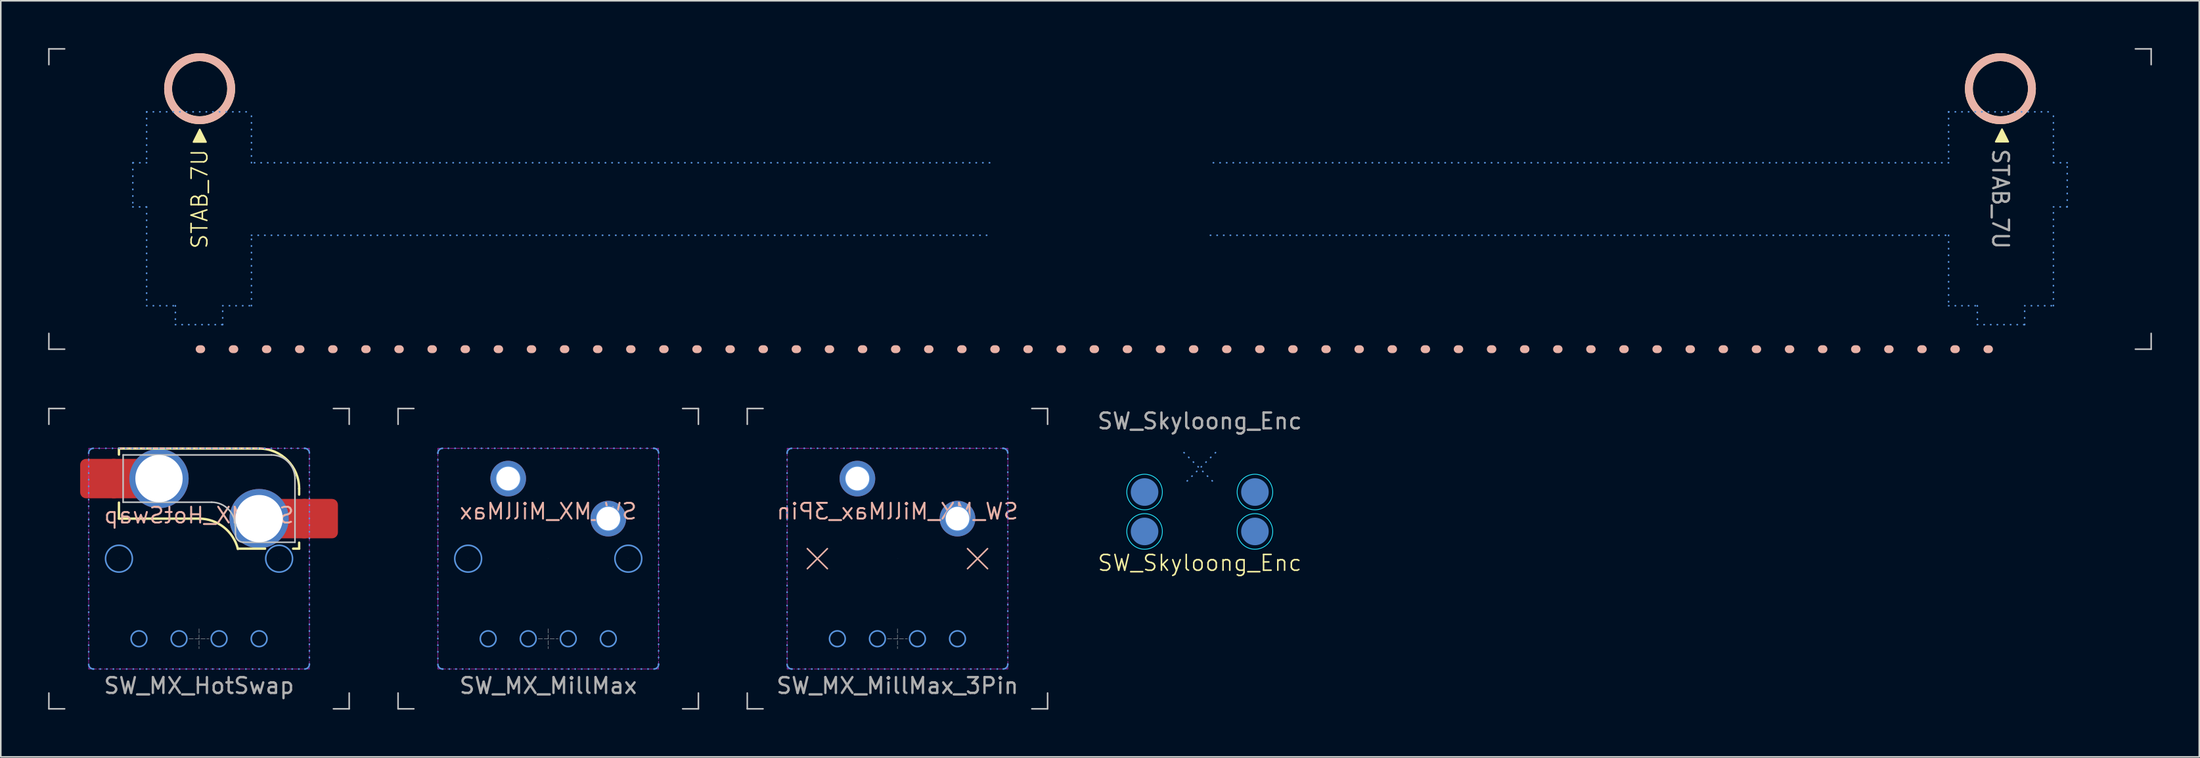
<source format=kicad_pcb>
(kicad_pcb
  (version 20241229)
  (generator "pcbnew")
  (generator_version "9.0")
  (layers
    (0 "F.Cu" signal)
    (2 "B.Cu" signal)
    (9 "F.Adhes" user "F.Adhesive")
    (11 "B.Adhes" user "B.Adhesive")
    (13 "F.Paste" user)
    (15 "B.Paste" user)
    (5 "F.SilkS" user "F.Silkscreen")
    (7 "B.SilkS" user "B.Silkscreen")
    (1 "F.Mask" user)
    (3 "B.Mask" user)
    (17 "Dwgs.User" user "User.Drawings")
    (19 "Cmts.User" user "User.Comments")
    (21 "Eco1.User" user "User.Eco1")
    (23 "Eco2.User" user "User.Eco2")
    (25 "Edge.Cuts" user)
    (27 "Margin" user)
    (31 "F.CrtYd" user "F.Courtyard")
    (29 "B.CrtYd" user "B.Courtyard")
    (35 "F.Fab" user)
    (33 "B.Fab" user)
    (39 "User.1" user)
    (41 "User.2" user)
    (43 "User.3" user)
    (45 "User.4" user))
  (footprint "SW_MX_MillMax"
    (layer "F.Cu")
    (at 31.725 32.39)
    (property "Reference" "SW_MX_MillMax" (at 0 -3 0) (unlocked yes) (layer "B.SilkS") (effects (font (size 1 1) (thickness 0.125)) (justify mirror)))
    (attr through_hole)
    (fp_line (start -9.525 -9.525) (end -9.525 -8.525) (stroke (width 0.1) (type solid)) (layer "Dwgs.User"))
    (fp_line (start -9.525 8.525) (end -9.525 9.525) (stroke (width 0.1) (type solid)) (layer "Dwgs.User"))
    (fp_line (start -9.525 9.525) (end -8.525 9.525) (stroke (width 0.1) (type solid)) (layer "Dwgs.User"))
    (fp_line (start -8.525 -9.525) (end -9.525 -9.525) (stroke (width 0.1) (type solid)) (layer "Dwgs.User"))
    (fp_line (start -0.635 5.08) (end 0.635 5.08) (stroke (width 0.025) (type dash)) (layer "Dwgs.User"))
    (fp_line (start 0 4.445) (end 0 5.715) (stroke (width 0.025) (type dash)) (layer "Dwgs.User"))
    (fp_line (start 8.525 -9.525) (end 9.525 -9.525) (stroke (width 0.1) (type solid)) (layer "Dwgs.User"))
    (fp_line (start 9.525 -9.525) (end 9.525 -8.525) (stroke (width 0.1) (type solid)) (layer "Dwgs.User"))
    (fp_line (start 9.525 8.525) (end 9.525 9.525) (stroke (width 0.1) (type solid)) (layer "Dwgs.User"))
    (fp_line (start 9.525 9.525) (end 8.525 9.525) (stroke (width 0.1) (type solid)) (layer "Dwgs.User"))
    (fp_line (start -7 -6.7) (end -7 6.7) (stroke (width 0.1) (type dot)) (layer "Cmts.User"))
    (fp_line (start -6.7 7) (end 6.7 7) (stroke (width 0.1) (type dot)) (layer "Cmts.User"))
    (fp_line (start 6.7 -7) (end -6.7 -7) (stroke (width 0.1) (type dot)) (layer "Cmts.User"))
    (fp_line (start 7 6.7) (end 7 -6.7) (stroke (width 0.1) (type dot)) (layer "Cmts.User"))
    (fp_arc (start -7 -6.7) (mid -6.912132 -6.912132) (end -6.7 -7) (stroke (width 0.1) (type default)) (layer "Cmts.User"))
    (fp_arc (start -6.7 7) (mid -6.912132 6.912132) (end -7 6.7) (stroke (width 0.1) (type default)) (layer "Cmts.User"))
    (fp_arc (start 6.7 -7) (mid 6.912132 -6.912132) (end 7 -6.7) (stroke (width 0.1) (type default)) (layer "Cmts.User"))
    (fp_arc (start 7 6.7) (mid 6.912132 6.912132) (end 6.7 7) (stroke (width 0.1) (type default)) (layer "Cmts.User"))
    (fp_circle (center -5.08 0) (end -4.23 0) (stroke (width 0.1) (type solid)) (fill no) (layer "Cmts.User"))
    (fp_circle (center -3.81 5.08) (end -3.31 5.08) (stroke (width 0.1) (type solid)) (fill no) (layer "Cmts.User"))
    (fp_circle (center -2.54 -5.08) (end -1.803 -5.08) (stroke (width 0.1) (type dot)) (fill no) (layer "Cmts.User"))
    (fp_circle (center -2.54 -5.08) (end -1.79 -5.08) (stroke (width 0.1) (type solid)) (fill no) (layer "Cmts.User"))
    (fp_circle (center -1.27 5.08) (end -0.77 5.08) (stroke (width 0.1) (type solid)) (fill no) (layer "Cmts.User"))
    (fp_circle (center 1.27 5.08) (end 1.77 5.08) (stroke (width 0.1) (type solid)) (fill no) (layer "Cmts.User"))
    (fp_circle (center 3.81 -2.54) (end 4.547 -2.54) (stroke (width 0.1) (type dot)) (fill no) (layer "Cmts.User"))
    (fp_circle (center 3.81 -2.54) (end 4.56 -2.54) (stroke (width 0.1) (type solid)) (fill no) (layer "Cmts.User"))
    (fp_circle (center 3.81 5.08) (end 4.31 5.08) (stroke (width 0.1) (type solid)) (fill no) (layer "Cmts.User"))
    (fp_circle (center 5.08 0) (end 5.93 0) (stroke (width 0.1) (type solid)) (fill no) (layer "Cmts.User"))
    (fp_rect (start -7 -7) (end 7 7) (stroke (width 0.025) (type dash)) (fill no) (layer "F.CrtYd"))
    (fp_text user "${REFERENCE}" (at 0 8.06 0) (unlocked yes) (layer "F.Fab") (effects (font (size 1 1) (thickness 0.15))))
    (pad "" np_thru_hole circle (at -5.08 0) (size 0.01 0.01) (drill 1.7) (layers "*.Cu" "*.Mask"))
    (pad "" np_thru_hole circle (at 0 0) (size 0.01 0.01) (drill 4) (layers "*.Cu" "*.Mask"))
    (pad "" np_thru_hole circle (at 5.08 0) (size 0.01 0.01) (drill 1.7) (layers "*.Cu" "*.Mask"))
    (pad "1" thru_hole circle (at -2.54 -5.08) (size 2.262 2.262) (drill 1.5) (layers "*.Cu" "*.Mask"))
    (pad "2" thru_hole circle (at 3.81 -2.54) (size 2.262 2.262) (drill 1.5) (layers "*.Cu" "*.Mask")))
  (footprint "SW_MX_MillMax_3Pin"
    (layer "F.Cu")
    (at 53.875 32.39)
    (property "Reference" "SW_MX_MillMax_3Pin" (at 0 -3 0) (unlocked yes) (layer "B.SilkS") (effects (font (size 1 1) (thickness 0.125)) (justify mirror)))
    (attr through_hole)
    (fp_line (start -5.715 -0.635) (end -4.445 0.635) (stroke (width 0.1) (type default)) (layer "B.SilkS"))
    (fp_line (start -4.445 -0.635) (end -5.715 0.635) (stroke (width 0.1) (type default)) (layer "B.SilkS"))
    (fp_line (start 4.445 -0.635) (end 5.715 0.635) (stroke (width 0.1) (type default)) (layer "B.SilkS"))
    (fp_line (start 5.715 -0.635) (end 4.445 0.635) (stroke (width 0.1) (type default)) (layer "B.SilkS"))
    (fp_line (start -9.525 -9.525) (end -9.525 -8.525) (stroke (width 0.1) (type solid)) (layer "Dwgs.User"))
    (fp_line (start -9.525 8.525) (end -9.525 9.525) (stroke (width 0.1) (type solid)) (layer "Dwgs.User"))
    (fp_line (start -9.525 9.525) (end -8.525 9.525) (stroke (width 0.1) (type solid)) (layer "Dwgs.User"))
    (fp_line (start -8.525 -9.525) (end -9.525 -9.525) (stroke (width 0.1) (type solid)) (layer "Dwgs.User"))
    (fp_line (start -0.635 5.08) (end 0.635 5.08) (stroke (width 0.025) (type dash)) (layer "Dwgs.User"))
    (fp_line (start 0 4.445) (end 0 5.715) (stroke (width 0.025) (type dash)) (layer "Dwgs.User"))
    (fp_line (start 8.525 -9.525) (end 9.525 -9.525) (stroke (width 0.1) (type solid)) (layer "Dwgs.User"))
    (fp_line (start 9.525 -9.525) (end 9.525 -8.525) (stroke (width 0.1) (type solid)) (layer "Dwgs.User"))
    (fp_line (start 9.525 8.525) (end 9.525 9.525) (stroke (width 0.1) (type solid)) (layer "Dwgs.User"))
    (fp_line (start 9.525 9.525) (end 8.525 9.525) (stroke (width 0.1) (type solid)) (layer "Dwgs.User"))
    (fp_line (start -7 -6.7) (end -7 6.7) (stroke (width 0.1) (type dot)) (layer "Cmts.User"))
    (fp_line (start -6.7 7) (end 6.7 7) (stroke (width 0.1) (type dot)) (layer "Cmts.User"))
    (fp_line (start 6.7 -7) (end -6.7 -7) (stroke (width 0.1) (type dot)) (layer "Cmts.User"))
    (fp_line (start 7 6.7) (end 7 -6.7) (stroke (width 0.1) (type dot)) (layer "Cmts.User"))
    (fp_arc (start -7 -6.7) (mid -6.912132 -6.912132) (end -6.7 -7) (stroke (width 0.1) (type default)) (layer "Cmts.User"))
    (fp_arc (start -6.7 7) (mid -6.912132 6.912132) (end -7 6.7) (stroke (width 0.1) (type default)) (layer "Cmts.User"))
    (fp_arc (start 6.7 -7) (mid 6.912132 -6.912132) (end 7 -6.7) (stroke (width 0.1) (type default)) (layer "Cmts.User"))
    (fp_arc (start 7 6.7) (mid 6.912132 6.912132) (end 6.7 7) (stroke (width 0.1) (type default)) (layer "Cmts.User"))
    (fp_circle (center -3.81 5.08) (end -3.31 5.08) (stroke (width 0.1) (type solid)) (fill no) (layer "Cmts.User"))
    (fp_circle (center -2.54 -5.08) (end -1.803 -5.08) (stroke (width 0.1) (type dot)) (fill no) (layer "Cmts.User"))
    (fp_circle (center -2.54 -5.08) (end -1.79 -5.08) (stroke (width 0.1) (type solid)) (fill no) (layer "Cmts.User"))
    (fp_circle (center -1.27 5.08) (end -0.77 5.08) (stroke (width 0.1) (type solid)) (fill no) (layer "Cmts.User"))
    (fp_circle (center 1.27 5.08) (end 1.77 5.08) (stroke (width 0.1) (type solid)) (fill no) (layer "Cmts.User"))
    (fp_circle (center 3.81 -2.54) (end 4.547 -2.54) (stroke (width 0.1) (type dot)) (fill no) (layer "Cmts.User"))
    (fp_circle (center 3.81 -2.54) (end 4.56 -2.54) (stroke (width 0.1) (type solid)) (fill no) (layer "Cmts.User"))
    (fp_circle (center 3.81 5.08) (end 4.31 5.08) (stroke (width 0.1) (type solid)) (fill no) (layer "Cmts.User"))
    (fp_rect (start -7 -7) (end 7 7) (stroke (width 0.025) (type dash)) (fill no) (layer "F.CrtYd"))
    (fp_text user "${REFERENCE}" (at 0 8.06 0) (unlocked yes) (layer "F.Fab") (effects (font (size 1 1) (thickness 0.15))))
    (pad "" np_thru_hole circle (at 0 0) (size 0.01 0.01) (drill 4) (layers "*.Cu" "*.Mask"))
    (pad "1" thru_hole circle (at -2.54 -5.08) (size 2.262 2.262) (drill 1.5) (layers "*.Cu" "*.Mask"))
    (pad "2" thru_hole circle (at 3.81 -2.54) (size 2.262 2.262) (drill 1.5) (layers "*.Cu" "*.Mask")))
  (footprint "SW_MX_HotSwap"
    (layer "F.Cu")
    (at 9.575 32.39)
    (property "Reference" "SW_MX_HotSwap" (at 0 -2.75 0) (unlocked yes) (layer "B.SilkS") (effects (font (size 1 1) (thickness 0.125)) (justify mirror)))
    (attr through_hole)
    (fp_rect (start -5.515 -6.33) (end -3.81 -3.83) (stroke (width 0) (type solid)) (fill yes) (layer "F.Cu"))
    (fp_rect (start 5.08 -3.79) (end 6.785 -1.29) (stroke (width 0) (type solid)) (fill yes) (layer "F.Cu"))
    (fp_line (start -5.08 -6.985) (end -5.08 -6.604) (stroke (width 0.15) (type solid)) (layer "F.SilkS"))
    (fp_line (start -5.08 -3.556) (end -5.08 -2.54) (stroke (width 0.15) (type solid)) (layer "F.SilkS"))
    (fp_line (start -5.08 -2.54) (end 0 -2.54) (stroke (width 0.15) (type solid)) (layer "F.SilkS"))
    (fp_line (start 2.464 -0.635) (end 4.191 -0.635) (stroke (width 0.15) (type solid)) (layer "F.SilkS"))
    (fp_line (start 3.81 -6.985) (end -5.08 -6.985) (stroke (width 0.15) (type solid)) (layer "F.SilkS"))
    (fp_line (start 5.969 -0.635) (end 6.35 -0.635) (stroke (width 0.15) (type solid)) (layer "F.SilkS"))
    (fp_line (start 6.35 -4.445) (end 6.35 -4.064) (stroke (width 0.15) (type solid)) (layer "F.SilkS"))
    (fp_line (start 6.35 -1.016) (end 6.35 -0.635) (stroke (width 0.15) (type solid)) (layer "F.SilkS"))
    (fp_arc (start 0 -2.54) (mid 1.563147 -2.002042) (end 2.464162 -0.61604) (stroke (width 0.15) (type solid)) (layer "F.SilkS"))
    (fp_arc (start 3.81 -6.985) (mid 5.606051 -6.241051) (end 6.35 -4.445) (stroke (width 0.15) (type solid)) (layer "F.SilkS"))
    (fp_line (start -9.525 -9.525) (end -9.525 -8.525) (stroke (width 0.1) (type solid)) (layer "Dwgs.User"))
    (fp_line (start -9.525 8.525) (end -9.525 9.525) (stroke (width 0.1) (type solid)) (layer "Dwgs.User"))
    (fp_line (start -9.525 9.525) (end -8.525 9.525) (stroke (width 0.1) (type solid)) (layer "Dwgs.User"))
    (fp_line (start -8.525 -9.525) (end -9.525 -9.525) (stroke (width 0.1) (type solid)) (layer "Dwgs.User"))
    (fp_line (start -4.815 -6.58) (end -4.815 -3.58) (stroke (width 0.1) (type default)) (layer "Dwgs.User"))
    (fp_line (start -4.815 -6.58) (end 4.585 -6.58) (stroke (width 0.1) (type solid)) (layer "Dwgs.User"))
    (fp_line (start -0.635 5.08) (end 0.635 5.08) (stroke (width 0.025) (type dash)) (layer "Dwgs.User"))
    (fp_line (start 0 4.445) (end 0 5.715) (stroke (width 0.025) (type dash)) (layer "Dwgs.User"))
    (fp_line (start 0.81 -3.58) (end -4.815 -3.58) (stroke (width 0.1) (type solid)) (layer "Dwgs.User"))
    (fp_line (start 2.31 -2.08) (end 2.31 -1.54) (stroke (width 0.1) (type solid)) (layer "Dwgs.User"))
    (fp_line (start 6.085 -5.08) (end 6.085 -1.04) (stroke (width 0.1) (type solid)) (layer "Dwgs.User"))
    (fp_line (start 6.085 -1.04) (end 2.81 -1.04) (stroke (width 0.1) (type solid)) (layer "Dwgs.User"))
    (fp_line (start 8.525 -9.525) (end 9.525 -9.525) (stroke (width 0.1) (type solid)) (layer "Dwgs.User"))
    (fp_line (start 9.525 -9.525) (end 9.525 -8.525) (stroke (width 0.1) (type solid)) (layer "Dwgs.User"))
    (fp_line (start 9.525 8.525) (end 9.525 9.525) (stroke (width 0.1) (type solid)) (layer "Dwgs.User"))
    (fp_line (start 9.525 9.525) (end 8.525 9.525) (stroke (width 0.1) (type solid)) (layer "Dwgs.User"))
    (fp_arc (start 0.797267 -3.580289) (mid 1.857927 -3.140949) (end 2.297267 -2.080289) (stroke (width 0.1) (type default)) (layer "Dwgs.User"))
    (fp_arc (start 2.81 -1.04) (mid 2.456447 -1.186447) (end 2.31 -1.54) (stroke (width 0.1) (type default)) (layer "Dwgs.User"))
    (fp_arc (start 4.58648 -6.581646) (mid 5.64714 -6.142306) (end 6.08648 -5.081646) (stroke (width 0.1) (type default)) (layer "Dwgs.User"))
    (fp_line (start -7 -6.7) (end -7 6.7) (stroke (width 0.1) (type dot)) (layer "Cmts.User"))
    (fp_line (start -6.7 7) (end 6.7 7) (stroke (width 0.1) (type dot)) (layer "Cmts.User"))
    (fp_line (start 6.7 -7) (end -6.7 -7) (stroke (width 0.1) (type dot)) (layer "Cmts.User"))
    (fp_line (start 7 6.7) (end 7 -6.7) (stroke (width 0.1) (type dot)) (layer "Cmts.User"))
    (fp_arc (start -7 -6.7) (mid -6.912132 -6.912132) (end -6.7 -7) (stroke (width 0.1) (type default)) (layer "Cmts.User"))
    (fp_arc (start -6.7 7) (mid -6.912132 6.912132) (end -7 6.7) (stroke (width 0.1) (type default)) (layer "Cmts.User"))
    (fp_arc (start 6.7 -7) (mid 6.912132 -6.912132) (end 7 -6.7) (stroke (width 0.1) (type default)) (layer "Cmts.User"))
    (fp_arc (start 7 6.7) (mid 6.912132 6.912132) (end 6.7 7) (stroke (width 0.1) (type default)) (layer "Cmts.User"))
    (fp_circle (center -5.08 0) (end -4.23 0) (stroke (width 0.1) (type solid)) (fill no) (layer "Cmts.User"))
    (fp_circle (center -3.81 5.08) (end -3.31 5.08) (stroke (width 0.1) (type solid)) (fill no) (layer "Cmts.User"))
    (fp_circle (center -2.54 -5.08) (end -1.79 -5.08) (stroke (width 0.1) (type solid)) (fill no) (layer "Cmts.User"))
    (fp_circle (center -1.27 5.08) (end -0.77 5.08) (stroke (width 0.1) (type solid)) (fill no) (layer "Cmts.User"))
    (fp_circle (center 1.27 5.08) (end 1.77 5.08) (stroke (width 0.1) (type solid)) (fill no) (layer "Cmts.User"))
    (fp_circle (center 3.81 -2.54) (end 4.56 -2.54) (stroke (width 0.1) (type solid)) (fill no) (layer "Cmts.User"))
    (fp_circle (center 3.81 5.08) (end 4.31 5.08) (stroke (width 0.1) (type solid)) (fill no) (layer "Cmts.User"))
    (fp_circle (center 5.08 0) (end 5.93 0) (stroke (width 0.1) (type solid)) (fill no) (layer "Cmts.User"))
    (fp_rect (start -7 -7) (end 7 7) (stroke (width 0.025) (type dash)) (fill no) (layer "F.CrtYd"))
    (fp_text user "${REFERENCE}" (at 0 8.06 0) (unlocked yes) (layer "F.Fab") (effects (font (size 1 1) (thickness 0.15))))
    (pad "" np_thru_hole circle (at -5.08 0) (size 0.01 0.01) (drill 1.7) (layers "*.Cu" "*.Mask"))
    (pad "" np_thru_hole circle (at 0 0) (size 0.01 0.01) (drill 4) (layers "*.Cu" "*.Mask"))
    (pad "" np_thru_hole circle (at 5.08 0) (size 0.01 0.01) (drill 1.7) (layers "*.Cu" "*.Mask"))
    (pad "1" smd roundrect (at -6.265 -5.08) (size 2.55 2.5) (layers "F.Cu" "F.Mask" "F.Paste") (roundrect_rratio 0.15))
    (pad "1" thru_hole circle (at -2.54 -5.08) (size 3.762 3.762) (drill 3) (layers "*.Cu" "*.Mask"))
    (pad "2" thru_hole circle (at 3.81 -2.54) (size 3.762 3.762) (drill 3) (layers "*.Cu" "*.Mask"))
    (pad "2" smd roundrect (at 7.535 -2.54) (size 2.55 2.5) (layers "F.Cu" "F.Mask" "F.Paste") (roundrect_rratio 0.15)))
  (footprint "SW_Skyloong_Enc"
    (layer "F.Cu")
    (at 73.051 26.663)
    (property "Reference" "SW_Skyloong_Enc" (at 0 6 0) (unlocked yes) (layer "F.SilkS") (effects (font (size 1 1) (thickness 0.1))))
    (attr through_hole)
    (fp_line (start -1 -1) (end 1 1) (stroke (width 0.1) (type dot)) (layer "Cmts.User"))
    (fp_line (start 1 -1) (end -1 1) (stroke (width 0.1) (type dot)) (layer "Cmts.User"))
    (fp_circle (center -3.5 1.5) (end -2.371 1.5) (stroke (width 0.05) (type solid)) (fill no) (layer "B.CrtYd"))
    (fp_circle (center -3.5 4) (end -2.371 4) (stroke (width 0.05) (type solid)) (fill no) (layer "B.CrtYd"))
    (fp_circle (center 3.5 1.5) (end 4.629 1.5) (stroke (width 0.05) (type solid)) (fill no) (layer "B.CrtYd"))
    (fp_circle (center 3.5 4) (end 4.629 4) (stroke (width 0.05) (type solid)) (fill no) (layer "B.CrtYd"))
    (fp_text user "${REFERENCE}" (at 0 -3 0) (unlocked yes) (layer "F.Fab") (effects (font (size 1 1) (thickness 0.15))))
    (pad "A" smd circle (at -3.5 4) (size 1.75 1.75) (layers "B.Cu" "B.Mask"))
    (pad "B" smd circle (at -3.5 1.5) (size 1.75 1.75) (layers "B.Cu" "B.Mask"))
    (pad "E" smd circle (at 3.5 1.5) (size 1.75 1.75) (layers "B.Cu" "B.Mask"))
    (pad "G" smd circle (at 3.5 4) (size 1.75 1.75) (layers "B.Cu" "B.Mask")))
  (footprint "STAB_7U"
    (layer "F.Cu")
    (at 66.725 9.575)
    (property "Reference" "STAB_7U" (at -57.112 0 90) (unlocked yes) (layer "F.SilkS") (effects (font (size 1 1) (thickness 0.1))))
    (attr through_hole)
    (fp_circle (center -57.112 -7) (end -55.112 -7) (stroke (width 0.5) (type solid)) (fill no) (layer "F.SilkS"))
    (fp_circle (center 57.112 -7) (end 59.112 -7) (stroke (width 0.5) (type solid)) (fill no) (layer "F.SilkS"))
    (fp_poly (pts (xy -57.106 -4.415) (xy -57.506 -3.615) (xy -56.706 -3.615)) (stroke (width 0.1) (type solid)) (fill yes) (layer "F.SilkS"))
    (fp_poly (pts (xy 57.213 -4.433) (xy 56.813 -3.633) (xy 57.613 -3.633)) (stroke (width 0.1) (type solid)) (fill yes) (layer "F.SilkS"))
    (fp_line (start -57.112 9.525) (end 57.112 9.525) (stroke (width 0.5) (type dot)) (layer "B.SilkS"))
    (fp_circle (center -57.112 -7) (end -55.112 -7) (stroke (width 0.5) (type solid)) (fill no) (layer "B.SilkS"))
    (fp_circle (center 57.112 -7) (end 59.112 -7) (stroke (width 0.5) (type solid)) (fill no) (layer "B.SilkS"))
    (fp_line (start -66.675 -9.525) (end -66.675 -8.525) (stroke (width 0.1) (type solid)) (layer "Dwgs.User"))
    (fp_line (start -66.675 8.525) (end -66.675 9.525) (stroke (width 0.1) (type solid)) (layer "Dwgs.User"))
    (fp_line (start -66.675 9.525) (end -65.675 9.525) (stroke (width 0.1) (type solid)) (layer "Dwgs.User"))
    (fp_line (start -65.675 -9.525) (end -66.675 -9.525) (stroke (width 0.1) (type solid)) (layer "Dwgs.User"))
    (fp_line (start 65.675 -9.525) (end 66.675 -9.525) (stroke (width 0.1) (type solid)) (layer "Dwgs.User"))
    (fp_line (start 66.675 -9.525) (end 66.675 -8.525) (stroke (width 0.1) (type solid)) (layer "Dwgs.User"))
    (fp_line (start 66.675 8.525) (end 66.675 9.525) (stroke (width 0.1) (type solid)) (layer "Dwgs.User"))
    (fp_line (start 66.675 9.525) (end 65.675 9.525) (stroke (width 0.1) (type solid)) (layer "Dwgs.User"))
    (fp_line (start -61.35 -2.3) (end -61.35 0.5) (stroke (width 0.1) (type dot)) (layer "Cmts.User"))
    (fp_line (start -61.35 0.5) (end -60.475 0.5) (stroke (width 0.1) (type dot)) (layer "Cmts.User"))
    (fp_line (start -60.475 -5.53) (end -60.475 -2.3) (stroke (width 0.1) (type dot)) (layer "Cmts.User"))
    (fp_line (start -60.475 -5.53) (end -53.825 -5.53) (stroke (width 0.1) (type dot)) (layer "Cmts.User"))
    (fp_line (start -60.475 -2.3) (end -61.35 -2.3) (stroke (width 0.1) (type dot)) (layer "Cmts.User"))
    (fp_line (start -60.475 0.5) (end -60.475 6.77) (stroke (width 0.1) (type dot)) (layer "Cmts.User"))
    (fp_line (start -60.475 6.77) (end -58.65 6.77) (stroke (width 0.1) (type dot)) (layer "Cmts.User"))
    (fp_line (start -58.65 6.77) (end -58.65 7.97) (stroke (width 0.1) (type dot)) (layer "Cmts.User"))
    (fp_line (start -58.65 7.97) (end -55.65 7.97) (stroke (width 0.1) (type dot)) (layer "Cmts.User"))
    (fp_line (start -55.65 6.77) (end -53.825 6.77) (stroke (width 0.1) (type dot)) (layer "Cmts.User"))
    (fp_line (start -55.65 7.97) (end -55.65 6.77) (stroke (width 0.1) (type dot)) (layer "Cmts.User"))
    (fp_line (start -53.825 -2.3) (end -53.825 -5.53) (stroke (width 0.1) (type dot)) (layer "Cmts.User"))
    (fp_line (start -53.825 2.3) (end -7 2.3) (stroke (width 0.1) (type dot)) (layer "Cmts.User"))
    (fp_line (start -53.825 6.77) (end -53.825 2.3) (stroke (width 0.1) (type dot)) (layer "Cmts.User"))
    (fp_line (start -7 -2.3) (end -53.825 -2.3) (stroke (width 0.1) (type dot)) (layer "Cmts.User"))
    (fp_line (start 7 2.3) (end 53.825 2.3) (stroke (width 0.1) (type dot)) (layer "Cmts.User"))
    (fp_line (start 53.825 -5.53) (end 53.825 -2.3) (stroke (width 0.1) (type dot)) (layer "Cmts.User"))
    (fp_line (start 53.825 -5.53) (end 60.475 -5.53) (stroke (width 0.1) (type dot)) (layer "Cmts.User"))
    (fp_line (start 53.825 -2.3) (end 7 -2.3) (stroke (width 0.1) (type dot)) (layer "Cmts.User"))
    (fp_line (start 53.825 2.3) (end 53.825 6.77) (stroke (width 0.1) (type dot)) (layer "Cmts.User"))
    (fp_line (start 53.825 6.77) (end 55.65 6.77) (stroke (width 0.1) (type dot)) (layer "Cmts.User"))
    (fp_line (start 55.65 6.77) (end 55.65 7.97) (stroke (width 0.1) (type dot)) (layer "Cmts.User"))
    (fp_line (start 55.65 7.97) (end 58.65 7.97) (stroke (width 0.1) (type dot)) (layer "Cmts.User"))
    (fp_line (start 58.65 6.77) (end 60.475 6.77) (stroke (width 0.1) (type dot)) (layer "Cmts.User"))
    (fp_line (start 58.65 7.97) (end 58.65 6.77) (stroke (width 0.1) (type dot)) (layer "Cmts.User"))
    (fp_line (start 60.475 -2.3) (end 60.475 -5.53) (stroke (width 0.1) (type dot)) (layer "Cmts.User"))
    (fp_line (start 60.475 0.5) (end 61.35 0.5) (stroke (width 0.1) (type dot)) (layer "Cmts.User"))
    (fp_line (start 60.475 6.77) (end 60.475 0.5) (stroke (width 0.1) (type dot)) (layer "Cmts.User"))
    (fp_line (start 61.35 -2.3) (end 60.475 -2.3) (stroke (width 0.1) (type dot)) (layer "Cmts.User"))
    (fp_line (start 61.35 0.5) (end 61.35 -2.3) (stroke (width 0.1) (type dot)) (layer "Cmts.User"))
    (fp_text user "${REFERENCE}" (at 57.112 0 270) (unlocked yes) (layer "F.Fab") (effects (font (size 1 1) (thickness 0.15))))
    (pad "" np_thru_hole circle (at -57.112 -7) (size 0.01 0.01) (drill 3.05) (layers "*.Cu" "*.Mask"))
    (pad "" np_thru_hole circle (at -57.112 8.24) (size 0.01 0.01) (drill 4) (layers "*.Cu" "*.Mask"))
    (pad "" np_thru_hole circle (at 57.112 -7) (size 0.01 0.01) (drill 3.05) (layers "*.Cu" "*.Mask"))
    (pad "" np_thru_hole circle (at 57.112 8.24) (size 0.01 0.01) (drill 4) (layers "*.Cu" "*.Mask")))
  (gr_rect
    (start -3 -3)
    (end 136.45 44.965)
    (stroke (width 0.1) (type default))
    (fill no)
    (layer "Edge.Cuts")))
</source>
